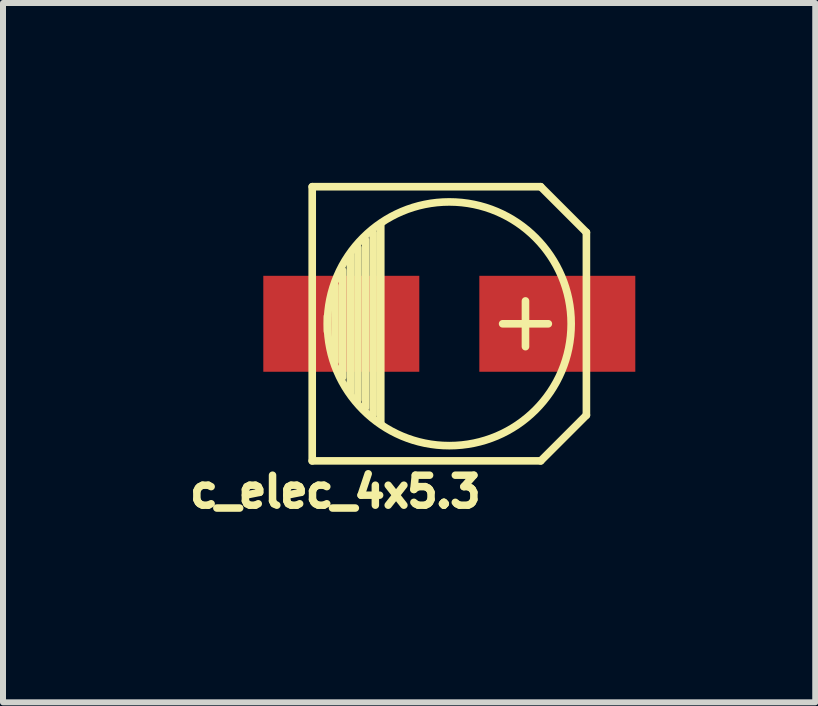
<source format=kicad_pcb>
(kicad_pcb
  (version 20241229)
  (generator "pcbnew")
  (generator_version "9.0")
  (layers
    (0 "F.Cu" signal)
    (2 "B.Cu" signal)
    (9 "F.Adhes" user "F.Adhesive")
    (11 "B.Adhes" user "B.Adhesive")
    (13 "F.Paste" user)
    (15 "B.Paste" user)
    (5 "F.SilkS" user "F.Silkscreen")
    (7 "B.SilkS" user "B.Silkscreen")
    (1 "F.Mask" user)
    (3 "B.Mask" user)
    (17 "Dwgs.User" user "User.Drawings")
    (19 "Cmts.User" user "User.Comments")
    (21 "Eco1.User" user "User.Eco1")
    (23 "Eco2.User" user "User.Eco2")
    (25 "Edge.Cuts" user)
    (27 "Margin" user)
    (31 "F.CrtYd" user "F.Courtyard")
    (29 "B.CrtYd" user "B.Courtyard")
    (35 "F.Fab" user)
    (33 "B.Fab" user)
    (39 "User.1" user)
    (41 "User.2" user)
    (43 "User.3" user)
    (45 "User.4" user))
  (footprint "c_elec_4x5.3"
    (layer "F.Cu")
    (at 4.442 2.349)
    (property "Reference" "c_elec_4x5.3" (at -1.9 2.8 0) (layer "F.SilkS") (effects (font (size 0.5 0.5) (thickness 0.125))))
    (attr through_hole)
    (fp_line (start -2.286 -2.286) (end -2.286 2.286) (stroke (width 0.127) (type solid)) (layer "F.SilkS"))
    (fp_line (start -2.032 0.127) (end -2.032 -0.127) (stroke (width 0.127) (type solid)) (layer "F.SilkS"))
    (fp_line (start -1.905 -0.635) (end -1.905 0.635) (stroke (width 0.127) (type solid)) (layer "F.SilkS"))
    (fp_line (start -1.778 0.889) (end -1.778 -0.889) (stroke (width 0.127) (type solid)) (layer "F.SilkS"))
    (fp_line (start -1.651 1.143) (end -1.651 -1.143) (stroke (width 0.127) (type solid)) (layer "F.SilkS"))
    (fp_line (start -1.524 -1.27) (end -1.524 1.27) (stroke (width 0.127) (type solid)) (layer "F.SilkS"))
    (fp_line (start -1.397 1.397) (end -1.397 -1.397) (stroke (width 0.127) (type solid)) (layer "F.SilkS"))
    (fp_line (start -1.27 -1.524) (end -1.27 1.524) (stroke (width 0.127) (type solid)) (layer "F.SilkS"))
    (fp_line (start -1.143 -1.651) (end -1.143 1.651) (stroke (width 0.127) (type solid)) (layer "F.SilkS"))
    (fp_line (start 1.27 -0.381) (end 1.27 0.381) (stroke (width 0.127) (type solid)) (layer "F.SilkS"))
    (fp_line (start 1.524 -2.286) (end -2.286 -2.286) (stroke (width 0.127) (type solid)) (layer "F.SilkS"))
    (fp_line (start 1.524 -2.286) (end 2.286 -1.524) (stroke (width 0.127) (type solid)) (layer "F.SilkS"))
    (fp_line (start 1.524 2.286) (end -2.286 2.286) (stroke (width 0.127) (type solid)) (layer "F.SilkS"))
    (fp_line (start 1.524 2.286) (end 2.286 1.524) (stroke (width 0.127) (type solid)) (layer "F.SilkS"))
    (fp_line (start 1.651 0) (end 0.889 0) (stroke (width 0.127) (type solid)) (layer "F.SilkS"))
    (fp_line (start 2.286 -1.524) (end 2.286 1.524) (stroke (width 0.127) (type solid)) (layer "F.SilkS"))
    (fp_circle (center 0 0) (end -2.032 0) (stroke (width 0.127) (type solid)) (fill no) (layer "F.SilkS"))
    (pad "1" smd rect (at 1.801 0) (size 2.601 1.6) (layers "F.Cu" "F.Mask" "F.Paste"))
    (pad "2" smd rect (at -1.801 0) (size 2.601 1.6) (layers "F.Cu" "F.Mask" "F.Paste")))
  (gr_rect
    (start -3 -3)
    (end 10.544 8.661)
    (stroke (width 0.1) (type default))
    (fill no)
    (layer "Edge.Cuts")))
</source>
